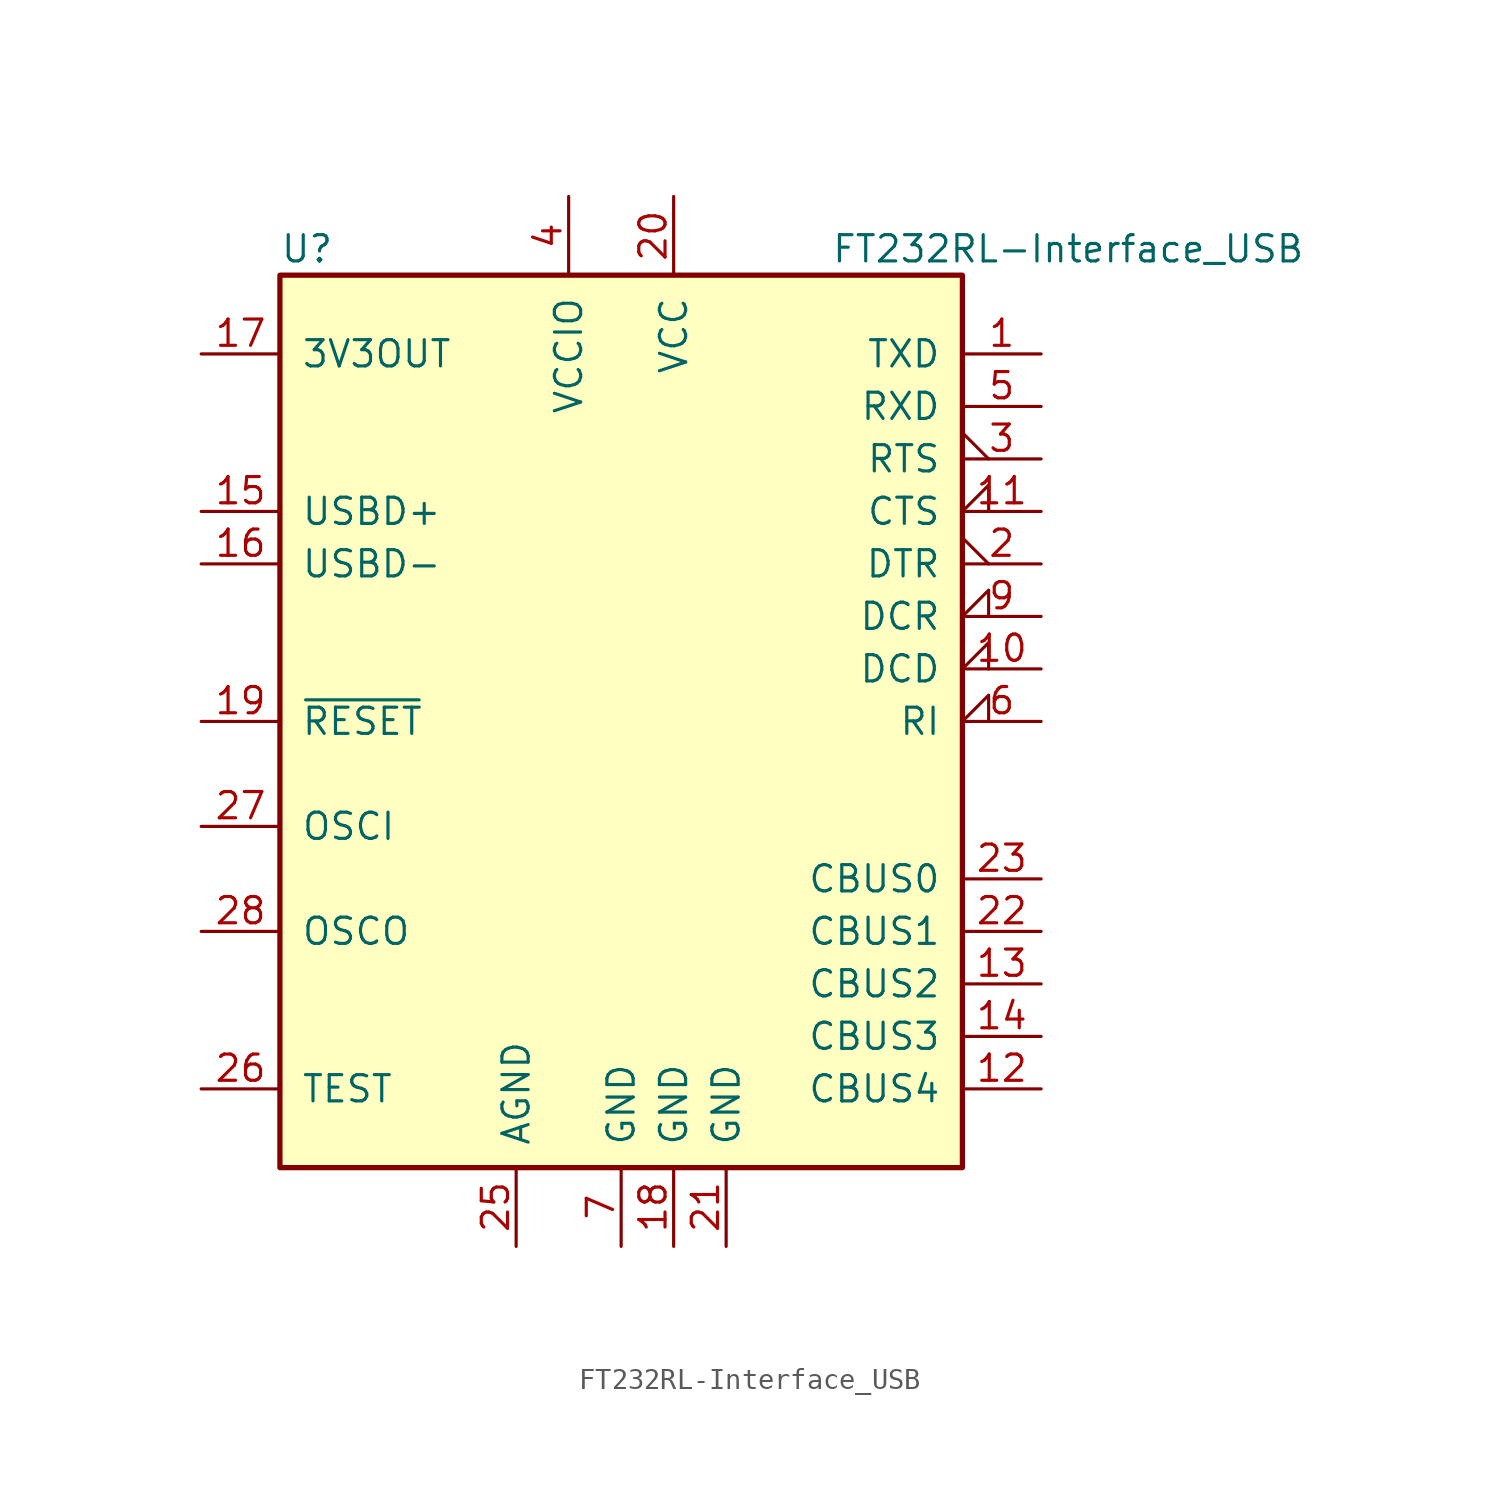
<source format=kicad_sym>
(kicad_symbol_lib
  (version 20211014)
  (generator kicad_symbol_editor)
  (symbol "FT232RL-Interface_USB"
    (pin_names
      (offset 1.016))
    (property "Reference" "U"
      (at -16.51 22.86 0)
      (effects (font (size 1.27 1.27)) (justify left)))
    (property "Value" "FT232RL-Interface_USB"
      (at 10.16 22.86 0)
      (effects (font (size 1.27 1.27)) (justify left)))
    (symbol "FT232RL-Interface_USB_0_1"
      (rectangle (start -16.51 21.59) (end 16.51 -21.59) (stroke (width 0.254) (type default) (color 0 0 0 0)) (fill (type background))))
    (symbol "FT232RL-Interface_USB_1_1"
      (pin output line (at 20.32 17.78 180) (length 3.81) (name "TXD" (effects (font (size 1.27 1.27)))) (number "1" (effects (font (size 1.27 1.27)))))
      (pin input input_low (at 20.32 2.54 180) (length 3.81) (name "DCD" (effects (font (size 1.27 1.27)))) (number "10" (effects (font (size 1.27 1.27)))))
      (pin input input_low (at 20.32 10.16 180) (length 3.81) (name "CTS" (effects (font (size 1.27 1.27)))) (number "11" (effects (font (size 1.27 1.27)))))
      (pin bidirectional line (at 20.32 -17.78 180) (length 3.81) (name "CBUS4" (effects (font (size 1.27 1.27)))) (number "12" (effects (font (size 1.27 1.27)))))
      (pin bidirectional line (at 20.32 -12.7 180) (length 3.81) (name "CBUS2" (effects (font (size 1.27 1.27)))) (number "13" (effects (font (size 1.27 1.27)))))
      (pin bidirectional line (at 20.32 -15.24 180) (length 3.81) (name "CBUS3" (effects (font (size 1.27 1.27)))) (number "14" (effects (font (size 1.27 1.27)))))
      (pin bidirectional line (at -20.32 10.16 0) (length 3.81) (name "USBD+" (effects (font (size 1.27 1.27)))) (number "15" (effects (font (size 1.27 1.27)))))
      (pin bidirectional line (at -20.32 7.62 0) (length 3.81) (name "USBD-" (effects (font (size 1.27 1.27)))) (number "16" (effects (font (size 1.27 1.27)))))
      (pin input line (at -20.32 17.78 0) (length 3.81) (name "3V3OUT" (effects (font (size 1.27 1.27)))) (number "17" (effects (font (size 1.27 1.27)))))
      (pin power_in line (at 2.54 -25.4 90) (length 3.81) (name "GND" (effects (font (size 1.27 1.27)))) (number "18" (effects (font (size 1.27 1.27)))))
      (pin input line (at -20.32 0 0) (length 3.81) (name "~{RESET}" (effects (font (size 1.27 1.27)))) (number "19" (effects (font (size 1.27 1.27)))))
      (pin output output_low (at 20.32 7.62 180) (length 3.81) (name "DTR" (effects (font (size 1.27 1.27)))) (number "2" (effects (font (size 1.27 1.27)))))
      (pin power_in line (at 2.54 25.4 270) (length 3.81) (name "VCC" (effects (font (size 1.27 1.27)))) (number "20" (effects (font (size 1.27 1.27)))))
      (pin power_in line (at 5.08 -25.4 90) (length 3.81) (name "GND" (effects (font (size 1.27 1.27)))) (number "21" (effects (font (size 1.27 1.27)))))
      (pin output line (at 20.32 -10.16 180) (length 3.81) (name "CBUS1" (effects (font (size 1.27 1.27)))) (number "22" (effects (font (size 1.27 1.27)))))
      (pin bidirectional line (at 20.32 -7.62 180) (length 3.81) (name "CBUS0" (effects (font (size 1.27 1.27)))) (number "23" (effects (font (size 1.27 1.27)))))
      (pin power_in line (at -5.08 -25.4 90) (length 3.81) (name "AGND" (effects (font (size 1.27 1.27)))) (number "25" (effects (font (size 1.27 1.27)))))
      (pin power_in line (at -20.32 -17.78 0) (length 3.81) (name "TEST" (effects (font (size 1.27 1.27)))) (number "26" (effects (font (size 1.27 1.27)))))
      (pin input line (at -20.32 -5.08 0) (length 3.81) (name "OSCI" (effects (font (size 1.27 1.27)))) (number "27" (effects (font (size 1.27 1.27)))))
      (pin output line (at -20.32 -10.16 0) (length 3.81) (name "OSCO" (effects (font (size 1.27 1.27)))) (number "28" (effects (font (size 1.27 1.27)))))
      (pin output output_low (at 20.32 12.7 180) (length 3.81) (name "RTS" (effects (font (size 1.27 1.27)))) (number "3" (effects (font (size 1.27 1.27)))))
      (pin input line (at -2.54 25.4 270) (length 3.81) (name "VCCIO" (effects (font (size 1.27 1.27)))) (number "4" (effects (font (size 1.27 1.27)))))
      (pin input line (at 20.32 15.24 180) (length 3.81) (name "RXD" (effects (font (size 1.27 1.27)))) (number "5" (effects (font (size 1.27 1.27)))))
      (pin input input_low (at 20.32 0 180) (length 3.81) (name "RI" (effects (font (size 1.27 1.27)))) (number "6" (effects (font (size 1.27 1.27)))))
      (pin power_in line (at 0 -25.4 90) (length 3.81) (name "GND" (effects (font (size 1.27 1.27)))) (number "7" (effects (font (size 1.27 1.27)))))
      (pin input input_low (at 20.32 5.08 180) (length 3.81) (name "DCR" (effects (font (size 1.27 1.27)))) (number "9" (effects (font (size 1.27 1.27))))))))
</source>
